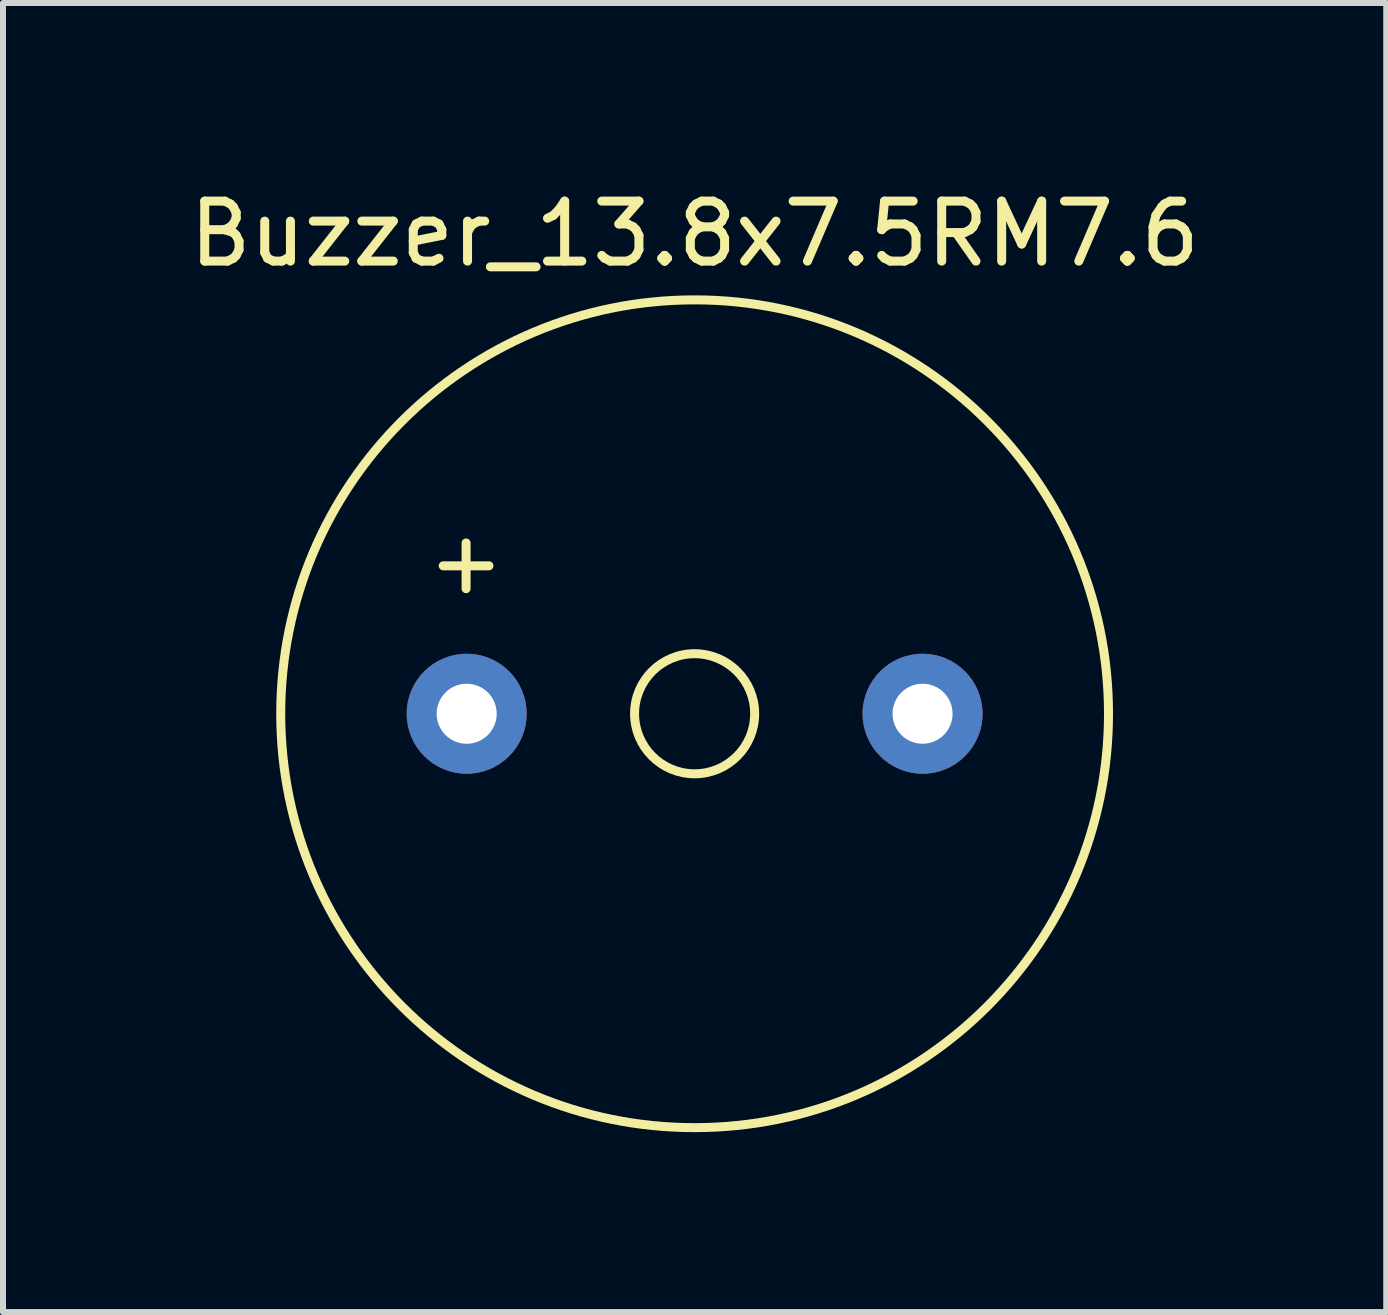
<source format=kicad_pcb>
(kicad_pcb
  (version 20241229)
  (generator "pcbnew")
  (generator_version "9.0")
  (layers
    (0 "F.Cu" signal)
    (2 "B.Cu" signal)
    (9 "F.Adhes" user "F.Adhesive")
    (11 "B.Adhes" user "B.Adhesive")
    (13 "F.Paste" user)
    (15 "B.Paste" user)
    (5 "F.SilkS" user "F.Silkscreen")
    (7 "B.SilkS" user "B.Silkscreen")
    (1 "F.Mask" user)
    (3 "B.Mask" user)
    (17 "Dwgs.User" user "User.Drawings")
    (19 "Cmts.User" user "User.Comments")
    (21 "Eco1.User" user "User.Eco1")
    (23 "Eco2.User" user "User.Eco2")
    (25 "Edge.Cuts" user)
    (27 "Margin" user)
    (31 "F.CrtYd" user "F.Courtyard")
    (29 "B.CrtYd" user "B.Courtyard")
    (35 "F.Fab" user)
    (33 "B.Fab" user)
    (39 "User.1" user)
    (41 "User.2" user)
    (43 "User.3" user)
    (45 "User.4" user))
  (footprint "Buzzer_13.8x7.5RM7.6"
    (layer "F.Cu")
    (at 8.53 8.849)
    (property "Reference" "Buzzer_13.8x7.5RM7.6" (at 0 -8.001 0) (layer "F.SilkS") (effects (font (size 1 1) (thickness 0.15))))
    (attr through_hole)
    (fp_circle (center 0 0) (end 1.001 0) (stroke (width 0.15) (type solid)) (fill no) (layer "F.SilkS"))
    (fp_circle (center 0 0) (end 6.9 0) (stroke (width 0.15) (type solid)) (fill no) (layer "F.SilkS"))
    (fp_text user "+" (at -3.81 -2.54 0) (layer "F.SilkS") (effects (font (size 1 1) (thickness 0.15))))
    (pad "1" thru_hole circle (at -3.8 0) (size 2 2) (drill 1.001) (layers "*.Cu" "*.Mask"))
    (pad "2" thru_hole circle (at 3.8 0) (size 2 2) (drill 1.001) (layers "*.Cu" "*.Mask")))
  (gr_rect
    (start -3 -3)
    (end 20.06 18.824)
    (stroke (width 0.1) (type default))
    (fill no)
    (layer "Edge.Cuts")))
</source>
